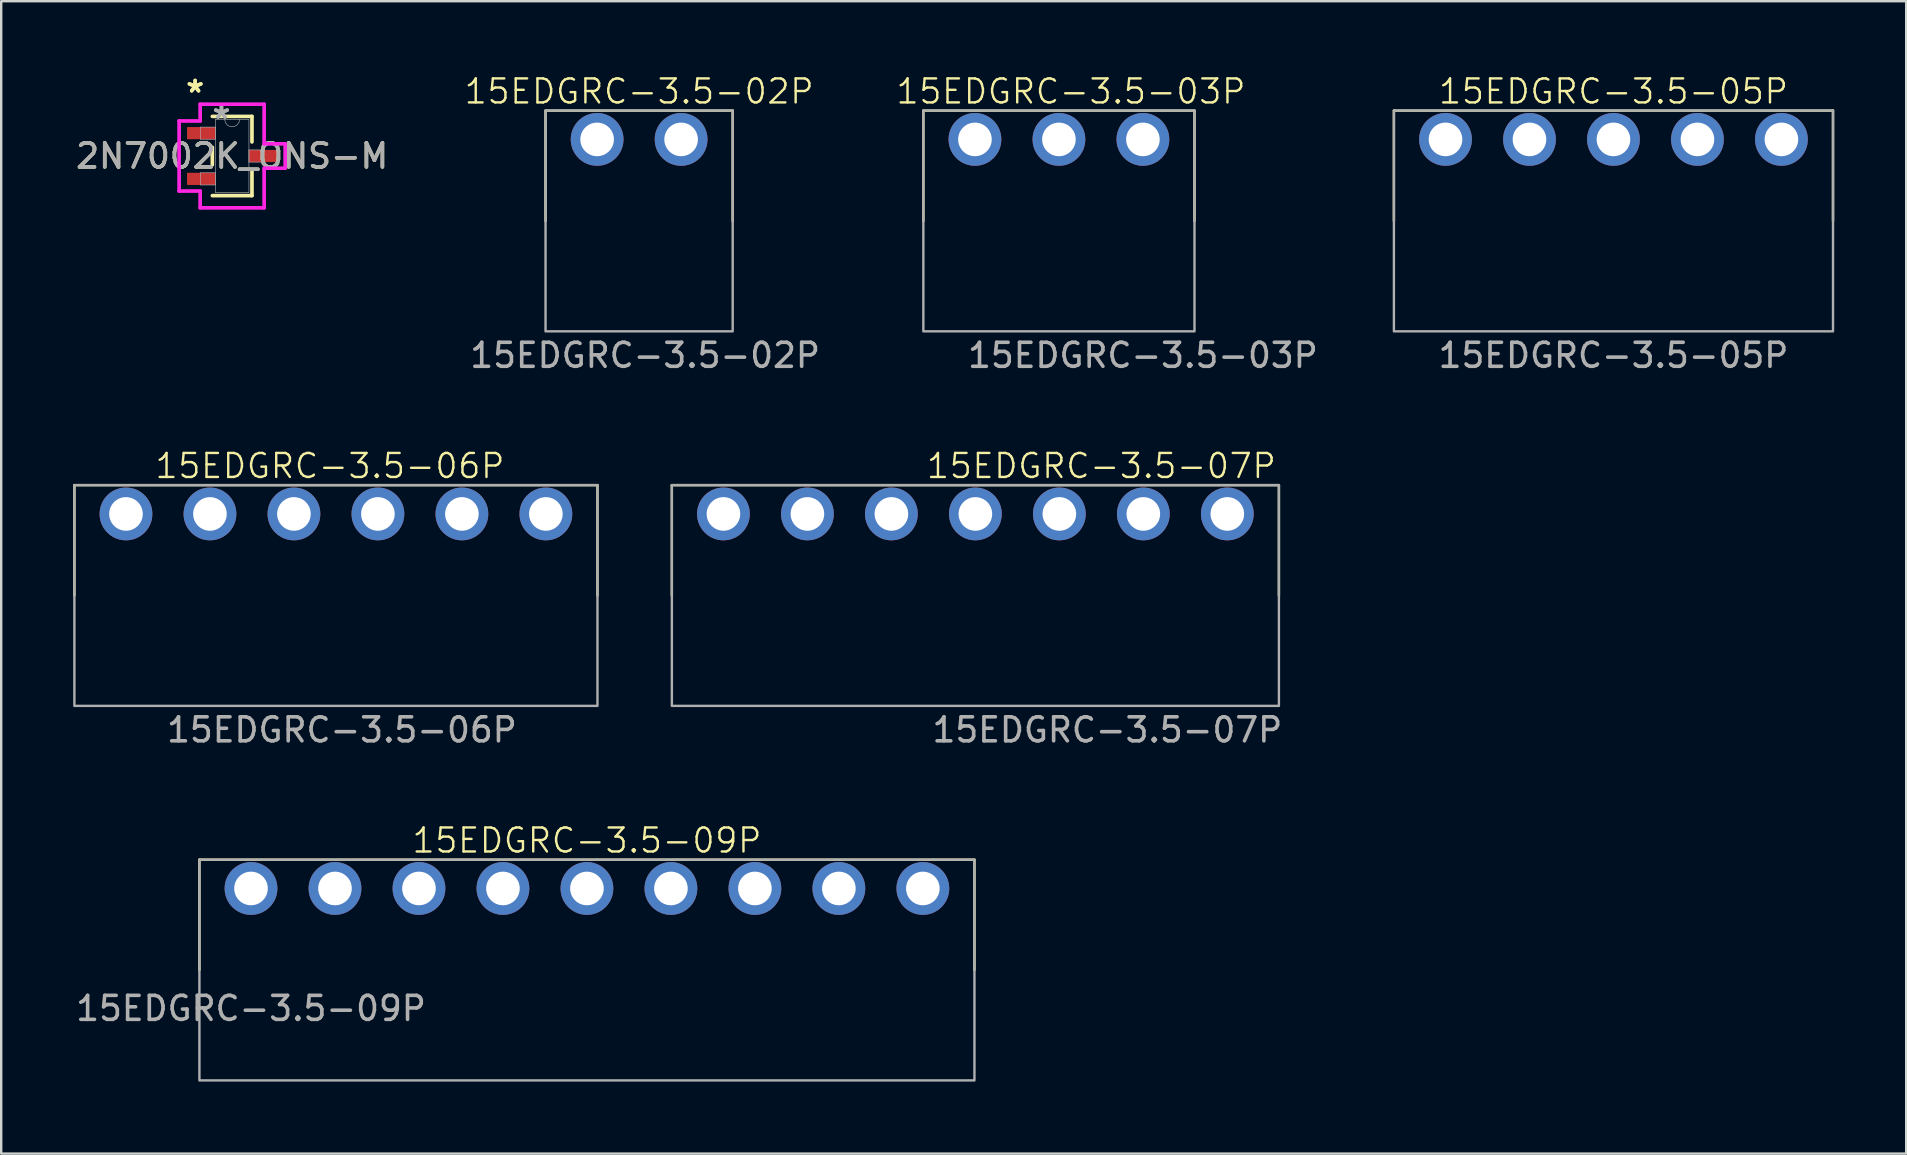
<source format=kicad_pcb>
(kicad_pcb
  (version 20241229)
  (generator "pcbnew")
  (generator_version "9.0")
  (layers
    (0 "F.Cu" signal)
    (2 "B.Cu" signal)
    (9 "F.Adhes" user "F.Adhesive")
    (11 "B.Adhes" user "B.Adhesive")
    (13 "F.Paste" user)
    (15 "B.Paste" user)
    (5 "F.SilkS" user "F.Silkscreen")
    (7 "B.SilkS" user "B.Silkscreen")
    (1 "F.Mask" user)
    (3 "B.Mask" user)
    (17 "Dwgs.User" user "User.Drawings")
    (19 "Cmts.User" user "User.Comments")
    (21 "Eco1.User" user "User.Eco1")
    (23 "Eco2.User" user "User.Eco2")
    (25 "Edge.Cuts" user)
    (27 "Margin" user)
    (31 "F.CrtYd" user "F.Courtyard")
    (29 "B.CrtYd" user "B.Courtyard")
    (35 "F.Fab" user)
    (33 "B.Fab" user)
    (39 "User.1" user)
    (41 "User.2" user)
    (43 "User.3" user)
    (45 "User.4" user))
  (footprint "15EDGRC-3.5-06P"
    (layer "F.Cu")
    (at 2.2 18.369)
    (property "Reference" "15EDGRC-3.5-06P" (at 8.5 -2 0) (unlocked yes) (layer "F.SilkS") (effects (font (size 1 1) (thickness 0.1))))
    (attr through_hole)
    (fp_line (start -2.15 -1.2) (end 19.65 -1.2) (stroke (width 0.1) (type solid)) (layer "F.SilkS"))
    (fp_line (start -2.15 3.4) (end -2.15 -1.2) (stroke (width 0.1) (type default)) (layer "F.SilkS"))
    (fp_line (start 19.65 -1.2) (end 19.65 3.4) (stroke (width 0.1) (type solid)) (layer "F.SilkS"))
    (fp_rect (start -2.15 -1.2) (end 19.65 8) (stroke (width 0.1) (type solid)) (fill no) (layer "F.Fab"))
    (fp_text user "${REFERENCE}" (at 9 9 0) (unlocked yes) (layer "F.Fab") (effects (font (size 1 1) (thickness 0.15))))
    (pad "1" thru_hole circle (at 0 0) (size 2.2 2.2) (drill 1.4) (layers "*.Cu" "*.Mask"))
    (pad "2" thru_hole circle (at 3.5 0) (size 2.2 2.2) (drill 1.4) (layers "*.Cu" "*.Mask"))
    (pad "3" thru_hole circle (at 7 0) (size 2.2 2.2) (drill 1.4) (layers "*.Cu" "*.Mask"))
    (pad "4" thru_hole circle (at 10.5 0) (size 2.2 2.2) (drill 1.4) (layers "*.Cu" "*.Mask"))
    (pad "5" thru_hole circle (at 14 0) (size 2.2 2.2) (drill 1.4) (layers "*.Cu" "*.Mask"))
    (pad "6" thru_hole circle (at 17.5 0) (size 2.2 2.2) (drill 1.4) (layers "*.Cu" "*.Mask")))
  (footprint "15EDGRC-3.5-09P"
    (layer "F.Cu")
    (at 7.411 33.978)
    (property "Reference" "15EDGRC-3.5-09P" (at 14 -2 0) (unlocked yes) (layer "F.SilkS") (effects (font (size 1 1) (thickness 0.1))))
    (attr through_hole)
    (fp_line (start -2.15 -1.2) (end 30.15 -1.2) (stroke (width 0.1) (type default)) (layer "F.SilkS"))
    (fp_line (start -2.15 3.4) (end -2.15 -1.2) (stroke (width 0.1) (type default)) (layer "F.SilkS"))
    (fp_line (start 30.15 -1.2) (end 30.15 3.4) (stroke (width 0.1) (type default)) (layer "F.SilkS"))
    (fp_rect (start -2.15 -1.2) (end 30.15 8) (stroke (width 0.1) (type default)) (fill no) (layer "F.Fab"))
    (fp_text user "${REFERENCE}" (at 0 5 0) (unlocked yes) (layer "F.Fab") (effects (font (size 1 1) (thickness 0.15))))
    (pad "1" thru_hole circle (at 0 0) (size 2.2 2.2) (drill 1.4) (layers "*.Cu" "*.Mask"))
    (pad "2" thru_hole circle (at 3.5 0) (size 2.2 2.2) (drill 1.4) (layers "*.Cu" "*.Mask"))
    (pad "3" thru_hole circle (at 7 0) (size 2.2 2.2) (drill 1.4) (layers "*.Cu" "*.Mask"))
    (pad "4" thru_hole circle (at 10.5 0) (size 2.2 2.2) (drill 1.4) (layers "*.Cu" "*.Mask"))
    (pad "5" thru_hole circle (at 14 0) (size 2.2 2.2) (drill 1.4) (layers "*.Cu" "*.Mask"))
    (pad "6" thru_hole circle (at 17.5 0) (size 2.2 2.2) (drill 1.4) (layers "*.Cu" "*.Mask"))
    (pad "7" thru_hole circle (at 21 0) (size 2.2 2.2) (drill 1.4) (layers "*.Cu" "*.Mask"))
    (pad "8" thru_hole circle (at 24.5 0) (size 2.2 2.2) (drill 1.4) (layers "*.Cu" "*.Mask"))
    (pad "9" thru_hole circle (at 28 0) (size 2.2 2.2) (drill 1.4) (layers "*.Cu" "*.Mask")))
  (footprint "2N7002K_ONS-M"
    (layer "F.Cu")
    (at 6.625 3.452)
    (property "Reference" "2N7002K_ONS-M" (at 0 0 0) (unlocked yes) (layer "F.SilkS") (effects (font (size 1 1) (thickness 0.15))))
    (attr smd)
    (fp_line (start -0.826 -0.366) (end -0.826 0.366) (stroke (width 0.152) (type solid)) (layer "F.SilkS"))
    (fp_line (start -0.826 1.651) (end 0.826 1.651) (stroke (width 0.152) (type solid)) (layer "F.SilkS"))
    (fp_line (start 0.826 -1.651) (end -0.826 -1.651) (stroke (width 0.152) (type solid)) (layer "F.SilkS"))
    (fp_line (start 0.826 -0.587) (end 0.826 -1.651) (stroke (width 0.152) (type solid)) (layer "F.SilkS"))
    (fp_line (start 0.826 1.651) (end 0.826 0.587) (stroke (width 0.152) (type solid)) (layer "F.SilkS"))
    (fp_line (start -2.21 -1.46) (end -1.333 -1.46) (stroke (width 0.152) (type solid)) (layer "F.CrtYd"))
    (fp_line (start -2.21 1.46) (end -2.21 -1.46) (stroke (width 0.152) (type solid)) (layer "F.CrtYd"))
    (fp_line (start -1.333 -2.159) (end 1.333 -2.159) (stroke (width 0.152) (type solid)) (layer "F.CrtYd"))
    (fp_line (start -1.333 -1.46) (end -1.333 -2.159) (stroke (width 0.152) (type solid)) (layer "F.CrtYd"))
    (fp_line (start -1.333 1.46) (end -2.21 1.46) (stroke (width 0.152) (type solid)) (layer "F.CrtYd"))
    (fp_line (start -1.333 2.159) (end -1.333 1.46) (stroke (width 0.152) (type solid)) (layer "F.CrtYd"))
    (fp_line (start 1.333 -2.159) (end 1.333 -0.508) (stroke (width 0.152) (type solid)) (layer "F.CrtYd"))
    (fp_line (start 1.333 -0.508) (end 2.21 -0.508) (stroke (width 0.152) (type solid)) (layer "F.CrtYd"))
    (fp_line (start 1.333 0.508) (end 1.333 2.159) (stroke (width 0.152) (type solid)) (layer "F.CrtYd"))
    (fp_line (start 1.333 2.159) (end -1.333 2.159) (stroke (width 0.152) (type solid)) (layer "F.CrtYd"))
    (fp_line (start 2.21 -0.508) (end 2.21 0.508) (stroke (width 0.152) (type solid)) (layer "F.CrtYd"))
    (fp_line (start 2.21 0.508) (end 1.333 0.508) (stroke (width 0.152) (type solid)) (layer "F.CrtYd"))
    (fp_line (start -1.321 -1.206) (end -1.321 -0.699) (stroke (width 0.025) (type solid)) (layer "F.Fab"))
    (fp_line (start -1.321 -0.699) (end -0.699 -0.699) (stroke (width 0.025) (type solid)) (layer "F.Fab"))
    (fp_line (start -1.321 0.699) (end -1.321 1.206) (stroke (width 0.025) (type solid)) (layer "F.Fab"))
    (fp_line (start -1.321 1.206) (end -0.699 1.206) (stroke (width 0.025) (type solid)) (layer "F.Fab"))
    (fp_line (start -0.699 -1.524) (end -0.699 1.524) (stroke (width 0.025) (type solid)) (layer "F.Fab"))
    (fp_line (start -0.699 -1.206) (end -1.321 -1.206) (stroke (width 0.025) (type solid)) (layer "F.Fab"))
    (fp_line (start -0.699 -0.699) (end -0.699 -1.206) (stroke (width 0.025) (type solid)) (layer "F.Fab"))
    (fp_line (start -0.699 0.699) (end -1.321 0.699) (stroke (width 0.025) (type solid)) (layer "F.Fab"))
    (fp_line (start -0.699 1.206) (end -0.699 0.699) (stroke (width 0.025) (type solid)) (layer "F.Fab"))
    (fp_line (start -0.699 1.524) (end 0.699 1.524) (stroke (width 0.025) (type solid)) (layer "F.Fab"))
    (fp_line (start 0.699 -1.524) (end -0.699 -1.524) (stroke (width 0.025) (type solid)) (layer "F.Fab"))
    (fp_line (start 0.699 -0.254) (end 0.699 0.254) (stroke (width 0.025) (type solid)) (layer "F.Fab"))
    (fp_line (start 0.699 0.254) (end 1.321 0.254) (stroke (width 0.025) (type solid)) (layer "F.Fab"))
    (fp_line (start 0.699 1.524) (end 0.699 -1.524) (stroke (width 0.025) (type solid)) (layer "F.Fab"))
    (fp_line (start 1.321 -0.254) (end 0.699 -0.254) (stroke (width 0.025) (type solid)) (layer "F.Fab"))
    (fp_line (start 1.321 0.254) (end 1.321 -0.254) (stroke (width 0.025) (type solid)) (layer "F.Fab"))
    (fp_arc (start 0.3048 -1.524) (mid 0 -1.2192) (end -0.3048 -1.524) (stroke (width 0.0254) (type solid)) (layer "F.Fab"))
    (fp_text user "*" (at -1.543 -2.603 0) (unlocked yes) (layer "F.SilkS") (effects (font (size 1 1) (thickness 0.15))))
    (fp_text user "*" (at -1.543 -2.603 0) (layer "F.SilkS") (effects (font (size 1 1) (thickness 0.15))))
    (fp_text user "*" (at -0.445 -1.511 0) (layer "F.Fab") (effects (font (size 1 1) (thickness 0.15))))
    (fp_text user "*" (at -0.445 -1.511 0) (unlocked yes) (layer "F.Fab") (effects (font (size 1 1) (thickness 0.15))))
    (fp_text user "${REFERENCE}" (at 0 0 0) (unlocked yes) (layer "F.Fab") (effects (font (size 1 1) (thickness 0.15))))
    (pad "1" smd rect (at -1.289 -0.953) (size 1.181 0.508) (layers "F.Cu" "F.Mask" "F.Paste"))
    (pad "2" smd rect (at -1.289 0.953) (size 1.181 0.508) (layers "F.Cu" "F.Mask" "F.Paste"))
    (pad "3" smd rect (at 1.289 0) (size 1.181 0.508) (layers "F.Cu" "F.Mask" "F.Paste")))
  (footprint "15EDGRC-3.5-03P"
    (layer "F.Cu")
    (at 37.582 2.76)
    (property "Reference" "15EDGRC-3.5-03P" (at 4 -2 0) (unlocked yes) (layer "F.SilkS") (effects (font (size 1 1) (thickness 0.1))))
    (attr through_hole)
    (fp_line (start -2.15 -1.2) (end 9.15 -1.2) (stroke (width 0.1) (type default)) (layer "F.SilkS"))
    (fp_line (start -2.15 3.4) (end -2.15 -1.2) (stroke (width 0.1) (type default)) (layer "F.SilkS"))
    (fp_line (start 9.15 -1.2) (end 9.15 3.4) (stroke (width 0.1) (type default)) (layer "F.SilkS"))
    (fp_rect (start -2.15 -1.2) (end 9.15 8) (stroke (width 0.1) (type default)) (fill no) (layer "F.Fab"))
    (fp_text user "${REFERENCE}" (at 7 9 0) (unlocked yes) (layer "F.Fab") (effects (font (size 1 1) (thickness 0.15))))
    (pad "1" thru_hole circle (at 0 0) (size 2.2 2.2) (drill 1.4) (layers "*.Cu" "*.Mask"))
    (pad "2" thru_hole circle (at 3.5 0) (size 2.2 2.2) (drill 1.4) (layers "*.Cu" "*.Mask"))
    (pad "3" thru_hole circle (at 7 0) (size 2.2 2.2) (drill 1.4) (layers "*.Cu" "*.Mask")))
  (footprint "15EDGRC-3.5-02P"
    (layer "F.Cu")
    (at 21.836 2.76)
    (property "Reference" "15EDGRC-3.5-02P" (at 1.75 -2 0) (unlocked yes) (layer "F.SilkS") (effects (font (size 1 1) (thickness 0.1))))
    (attr through_hole)
    (fp_line (start -2.15 -1.2) (end 5.65 -1.2) (stroke (width 0.1) (type solid)) (layer "F.SilkS"))
    (fp_line (start -2.15 3.4) (end -2.15 -1.2) (stroke (width 0.1) (type default)) (layer "F.SilkS"))
    (fp_line (start 5.65 -1.2) (end 5.65 3.4) (stroke (width 0.1) (type solid)) (layer "F.SilkS"))
    (fp_rect (start -2.15 -1.2) (end 5.65 8) (stroke (width 0.1) (type solid)) (fill no) (layer "F.Fab"))
    (fp_text user "${REFERENCE}" (at 2 9 0) (unlocked yes) (layer "F.Fab") (effects (font (size 1 1) (thickness 0.15))))
    (pad "1" thru_hole circle (at 0 0) (size 2.2 2.2) (drill 1.4) (layers "*.Cu" "*.Mask"))
    (pad "2" thru_hole circle (at 3.5 0) (size 2.2 2.2) (drill 1.4) (layers "*.Cu" "*.Mask")))
  (footprint "15EDGRC-3.5-05P"
    (layer "F.Cu")
    (at 57.193 2.76)
    (property "Reference" "15EDGRC-3.5-05P" (at 7 -2 0) (unlocked yes) (layer "F.SilkS") (effects (font (size 1 1) (thickness 0.1))))
    (attr through_hole)
    (fp_line (start -2.15 -1.2) (end 16.15 -1.2) (stroke (width 0.1) (type default)) (layer "F.SilkS"))
    (fp_line (start -2.15 3.4) (end -2.15 -1.2) (stroke (width 0.1) (type default)) (layer "F.SilkS"))
    (fp_line (start 16.15 -1.2) (end 16.15 3.4) (stroke (width 0.1) (type default)) (layer "F.SilkS"))
    (fp_rect (start -2.15 -1.2) (end 16.15 8) (stroke (width 0.1) (type default)) (fill no) (layer "F.Fab"))
    (fp_text user "${REFERENCE}" (at 7 9 0) (unlocked yes) (layer "F.Fab") (effects (font (size 1 1) (thickness 0.15))))
    (pad "1" thru_hole circle (at 0 0) (size 2.2 2.2) (drill 1.4) (layers "*.Cu" "*.Mask"))
    (pad "2" thru_hole circle (at 3.5 0) (size 2.2 2.2) (drill 1.4) (layers "*.Cu" "*.Mask"))
    (pad "3" thru_hole circle (at 7 0) (size 2.2 2.2) (drill 1.4) (layers "*.Cu" "*.Mask"))
    (pad "4" thru_hole circle (at 10.5 0) (size 2.2 2.2) (drill 1.4) (layers "*.Cu" "*.Mask"))
    (pad "5" thru_hole circle (at 14 0) (size 2.2 2.2) (drill 1.4) (layers "*.Cu" "*.Mask")))
  (footprint "15EDGRC-3.5-07P"
    (layer "F.Cu")
    (at 27.1 18.369)
    (property "Reference" "15EDGRC-3.5-07P" (at 15.75 -2 0) (unlocked yes) (layer "F.SilkS") (effects (font (size 1 1) (thickness 0.1))))
    (attr through_hole)
    (fp_line (start -2.15 -1.2) (end 23.15 -1.2) (stroke (width 0.1) (type solid)) (layer "F.SilkS"))
    (fp_line (start -2.15 3.4) (end -2.15 -1.2) (stroke (width 0.1) (type default)) (layer "F.SilkS"))
    (fp_line (start 23.15 -1.2) (end 23.15 3.4) (stroke (width 0.1) (type solid)) (layer "F.SilkS"))
    (fp_rect (start -2.15 -1.2) (end 23.15 8) (stroke (width 0.1) (type solid)) (fill no) (layer "F.Fab"))
    (fp_text user "${REFERENCE}" (at 16 9 0) (unlocked yes) (layer "F.Fab") (effects (font (size 1 1) (thickness 0.15))))
    (pad "1" thru_hole circle (at 0 0) (size 2.2 2.2) (drill 1.4) (layers "*.Cu" "*.Mask"))
    (pad "2" thru_hole circle (at 3.5 0) (size 2.2 2.2) (drill 1.4) (layers "*.Cu" "*.Mask"))
    (pad "3" thru_hole circle (at 7 0) (size 2.2 2.2) (drill 1.4) (layers "*.Cu" "*.Mask"))
    (pad "4" thru_hole circle (at 10.5 0) (size 2.2 2.2) (drill 1.4) (layers "*.Cu" "*.Mask"))
    (pad "5" thru_hole circle (at 14 0) (size 2.2 2.2) (drill 1.4) (layers "*.Cu" "*.Mask"))
    (pad "6" thru_hole circle (at 17.5 0) (size 2.2 2.2) (drill 1.4) (layers "*.Cu" "*.Mask"))
    (pad "7" thru_hole circle (at 21 0) (size 2.2 2.2) (drill 1.4) (layers "*.Cu" "*.Mask")))
  (gr_rect
    (start -3 -3)
    (end 76.393 45.028)
    (stroke (width 0.1) (type default))
    (fill no)
    (layer "Edge.Cuts")))
</source>
